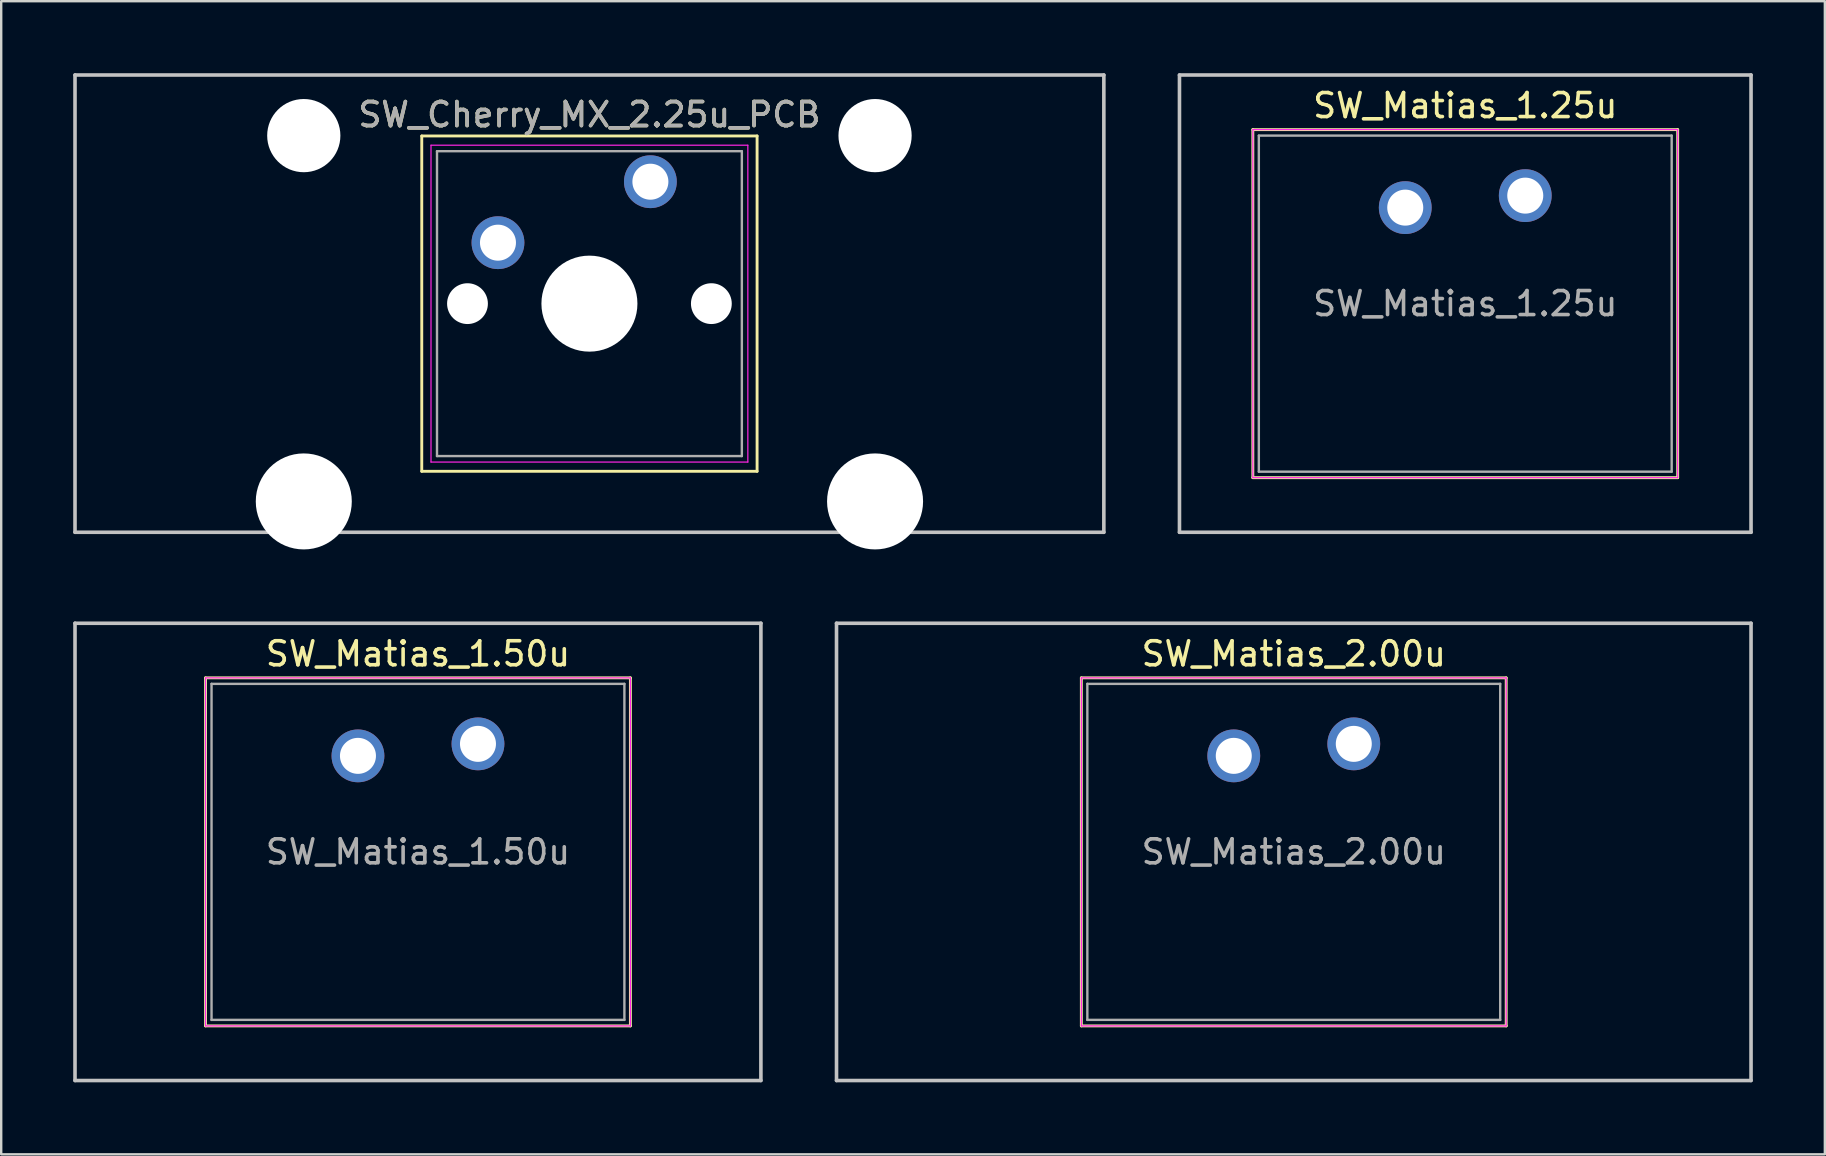
<source format=kicad_pcb>
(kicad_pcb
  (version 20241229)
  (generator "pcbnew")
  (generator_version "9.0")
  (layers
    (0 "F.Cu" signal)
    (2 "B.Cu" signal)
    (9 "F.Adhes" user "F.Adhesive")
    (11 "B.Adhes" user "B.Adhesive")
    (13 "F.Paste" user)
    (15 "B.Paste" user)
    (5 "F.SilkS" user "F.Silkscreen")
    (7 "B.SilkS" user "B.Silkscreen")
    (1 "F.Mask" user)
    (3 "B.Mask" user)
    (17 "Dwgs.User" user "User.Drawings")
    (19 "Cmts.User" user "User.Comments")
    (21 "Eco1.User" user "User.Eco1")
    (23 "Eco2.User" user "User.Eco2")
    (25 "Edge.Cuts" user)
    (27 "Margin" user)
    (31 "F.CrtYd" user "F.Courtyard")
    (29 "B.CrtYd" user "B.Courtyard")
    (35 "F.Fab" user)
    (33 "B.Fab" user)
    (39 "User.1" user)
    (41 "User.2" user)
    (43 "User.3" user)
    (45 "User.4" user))
  (footprint "SW_Matias_1.50u"
    (layer "F.Cu")
    (at 16.863 27.94)
    (property "Reference" "SW_Matias_1.50u" (at -2.5 -3.75 0) (layer "F.SilkS") (effects (font (size 1 1) (thickness 0.15))))
    (attr through_hole)
    (fp_line (start -11.35 -2.75) (end 6.35 -2.75) (stroke (width 0.12) (type solid)) (layer "F.SilkS"))
    (fp_line (start -11.35 11.75) (end -11.35 -2.75) (stroke (width 0.12) (type solid)) (layer "F.SilkS"))
    (fp_line (start 6.35 -2.75) (end 6.35 11.75) (stroke (width 0.12) (type solid)) (layer "F.SilkS"))
    (fp_line (start 6.35 11.75) (end -11.35 11.75) (stroke (width 0.12) (type solid)) (layer "F.SilkS"))
    (fp_line (start -16.788 -5.025) (end 11.787 -5.025) (stroke (width 0.15) (type solid)) (layer "Dwgs.User"))
    (fp_line (start -16.788 14.025) (end -16.788 -5.025) (stroke (width 0.15) (type solid)) (layer "Dwgs.User"))
    (fp_line (start 11.787 -5.025) (end 11.787 14.025) (stroke (width 0.15) (type solid)) (layer "Dwgs.User"))
    (fp_line (start 11.787 14.025) (end -16.788 14.025) (stroke (width 0.15) (type solid)) (layer "Dwgs.User"))
    (fp_line (start -11.35 -2.75) (end -11.35 11.75) (stroke (width 0.05) (type solid)) (layer "F.CrtYd"))
    (fp_line (start -11.35 -2.75) (end 6.35 -2.75) (stroke (width 0.05) (type solid)) (layer "F.CrtYd"))
    (fp_line (start -11.35 11.75) (end 6.35 11.75) (stroke (width 0.05) (type solid)) (layer "F.CrtYd"))
    (fp_line (start 6.35 11.75) (end 6.35 -2.75) (stroke (width 0.05) (type solid)) (layer "F.CrtYd"))
    (fp_line (start -11.1 -2.5) (end 6.1 -2.5) (stroke (width 0.1) (type solid)) (layer "F.Fab"))
    (fp_line (start -11.1 11.5) (end -11.1 -2.5) (stroke (width 0.1) (type solid)) (layer "F.Fab"))
    (fp_line (start 6.1 -2.5) (end 6.1 11.5) (stroke (width 0.1) (type solid)) (layer "F.Fab"))
    (fp_line (start 6.1 11.5) (end -11.1 11.5) (stroke (width 0.1) (type solid)) (layer "F.Fab"))
    (fp_text user "${REFERENCE}" (at -2.5 4.5 0) (layer "F.Fab") (effects (font (size 1 1) (thickness 0.15))))
    (pad "1" thru_hole circle (at 0 0) (size 2.2 2.2) (drill 1.5) (layers "*.Cu" "*.Mask"))
    (pad "2" thru_hole circle (at -5 0.5) (size 2.2 2.2) (drill 1.5) (layers "*.Cu" "*.Mask")))
  (footprint "SW_Matias_1.25u"
    (layer "F.Cu")
    (at 60.494 5.1)
    (property "Reference" "SW_Matias_1.25u" (at -2.5 -3.75 0) (layer "F.SilkS") (effects (font (size 1 1) (thickness 0.15))))
    (attr through_hole)
    (fp_line (start -11.35 -2.75) (end 6.35 -2.75) (stroke (width 0.12) (type solid)) (layer "F.SilkS"))
    (fp_line (start -11.35 11.75) (end -11.35 -2.75) (stroke (width 0.12) (type solid)) (layer "F.SilkS"))
    (fp_line (start 6.35 -2.75) (end 6.35 11.75) (stroke (width 0.12) (type solid)) (layer "F.SilkS"))
    (fp_line (start 6.35 11.75) (end -11.35 11.75) (stroke (width 0.12) (type solid)) (layer "F.SilkS"))
    (fp_line (start -14.406 -5.025) (end 9.406 -5.025) (stroke (width 0.15) (type solid)) (layer "Dwgs.User"))
    (fp_line (start -14.406 14.025) (end -14.406 -5.025) (stroke (width 0.15) (type solid)) (layer "Dwgs.User"))
    (fp_line (start 9.406 -5.025) (end 9.406 14.025) (stroke (width 0.15) (type solid)) (layer "Dwgs.User"))
    (fp_line (start 9.406 14.025) (end -14.406 14.025) (stroke (width 0.15) (type solid)) (layer "Dwgs.User"))
    (fp_line (start -11.35 -2.75) (end -11.35 11.75) (stroke (width 0.05) (type solid)) (layer "F.CrtYd"))
    (fp_line (start -11.35 -2.75) (end 6.35 -2.75) (stroke (width 0.05) (type solid)) (layer "F.CrtYd"))
    (fp_line (start -11.35 11.75) (end 6.35 11.75) (stroke (width 0.05) (type solid)) (layer "F.CrtYd"))
    (fp_line (start 6.35 11.75) (end 6.35 -2.75) (stroke (width 0.05) (type solid)) (layer "F.CrtYd"))
    (fp_line (start -11.1 -2.5) (end 6.1 -2.5) (stroke (width 0.1) (type solid)) (layer "F.Fab"))
    (fp_line (start -11.1 11.5) (end -11.1 -2.5) (stroke (width 0.1) (type solid)) (layer "F.Fab"))
    (fp_line (start 6.1 -2.5) (end 6.1 11.5) (stroke (width 0.1) (type solid)) (layer "F.Fab"))
    (fp_line (start 6.1 11.5) (end -11.1 11.5) (stroke (width 0.1) (type solid)) (layer "F.Fab"))
    (fp_text user "${REFERENCE}" (at -2.5 4.5 0) (layer "F.Fab") (effects (font (size 1 1) (thickness 0.15))))
    (pad "1" thru_hole circle (at 0 0) (size 2.2 2.2) (drill 1.5) (layers "*.Cu" "*.Mask"))
    (pad "2" thru_hole circle (at -5 0.5) (size 2.2 2.2) (drill 1.5) (layers "*.Cu" "*.Mask")))
  (footprint "SW_Cherry_MX_2.25u_PCB"
    (layer "F.Cu")
    (at 24.046 4.52)
    (property "Reference" "SW_Cherry_MX_2.25u_PCB" (at -2.54 -2.794 0) (layer "F.SilkS") (effects (font (size 1 1) (thickness 0.15))))
    (attr through_hole)
    (fp_line (start -9.525 -1.905) (end 4.445 -1.905) (stroke (width 0.12) (type solid)) (layer "F.SilkS"))
    (fp_line (start -9.525 12.065) (end -9.525 -1.905) (stroke (width 0.12) (type solid)) (layer "F.SilkS"))
    (fp_line (start 4.445 -1.905) (end 4.445 12.065) (stroke (width 0.12) (type solid)) (layer "F.SilkS"))
    (fp_line (start 4.445 12.065) (end -9.525 12.065) (stroke (width 0.12) (type solid)) (layer "F.SilkS"))
    (fp_line (start -23.971 -4.445) (end 18.891 -4.445) (stroke (width 0.15) (type solid)) (layer "Dwgs.User"))
    (fp_line (start -23.971 14.605) (end -23.971 -4.445) (stroke (width 0.15) (type solid)) (layer "Dwgs.User"))
    (fp_line (start 18.891 -4.445) (end 18.891 14.605) (stroke (width 0.15) (type solid)) (layer "Dwgs.User"))
    (fp_line (start 18.891 14.605) (end -23.971 14.605) (stroke (width 0.15) (type solid)) (layer "Dwgs.User"))
    (fp_line (start -9.14 -1.52) (end 4.06 -1.52) (stroke (width 0.05) (type solid)) (layer "F.CrtYd"))
    (fp_line (start -9.14 11.68) (end -9.14 -1.52) (stroke (width 0.05) (type solid)) (layer "F.CrtYd"))
    (fp_line (start 4.06 -1.52) (end 4.06 11.68) (stroke (width 0.05) (type solid)) (layer "F.CrtYd"))
    (fp_line (start 4.06 11.68) (end -9.14 11.68) (stroke (width 0.05) (type solid)) (layer "F.CrtYd"))
    (fp_line (start -8.89 -1.27) (end 3.81 -1.27) (stroke (width 0.1) (type solid)) (layer "F.Fab"))
    (fp_line (start -8.89 11.43) (end -8.89 -1.27) (stroke (width 0.1) (type solid)) (layer "F.Fab"))
    (fp_line (start 3.81 -1.27) (end 3.81 11.43) (stroke (width 0.1) (type solid)) (layer "F.Fab"))
    (fp_line (start 3.81 11.43) (end -8.89 11.43) (stroke (width 0.1) (type solid)) (layer "F.Fab"))
    (fp_text user "${REFERENCE}" (at -2.54 -2.794 0) (layer "F.Fab") (effects (font (size 1 1) (thickness 0.15))))
    (pad "" np_thru_hole circle (at -14.44 -1.92) (size 3.05 3.05) (drill 3.05) (layers "*.Cu" "*.Mask"))
    (pad "" np_thru_hole circle (at -14.44 13.32) (size 4 4) (drill 4) (layers "*.Cu" "*.Mask"))
    (pad "" np_thru_hole circle (at -7.62 5.08) (size 1.7 1.7) (drill 1.7) (layers "*.Cu" "*.Mask"))
    (pad "" np_thru_hole circle (at -2.54 5.08) (size 4 4) (drill 4) (layers "*.Cu" "*.Mask"))
    (pad "" np_thru_hole circle (at 2.54 5.08) (size 1.7 1.7) (drill 1.7) (layers "*.Cu" "*.Mask"))
    (pad "" np_thru_hole circle (at 9.36 -1.92) (size 3.05 3.05) (drill 3.05) (layers "*.Cu" "*.Mask"))
    (pad "" np_thru_hole circle (at 9.36 13.32) (size 4 4) (drill 4) (layers "*.Cu" "*.Mask"))
    (pad "1" thru_hole circle (at 0 0) (size 2.2 2.2) (drill 1.5) (layers "*.Cu" "*.Mask"))
    (pad "2" thru_hole circle (at -6.35 2.54) (size 2.2 2.2) (drill 1.5) (layers "*.Cu" "*.Mask")))
  (footprint "SW_Matias_2.00u"
    (layer "F.Cu")
    (at 53.35 27.94)
    (property "Reference" "SW_Matias_2.00u" (at -2.5 -3.75 0) (layer "F.SilkS") (effects (font (size 1 1) (thickness 0.15))))
    (attr through_hole)
    (fp_line (start -11.35 -2.75) (end 6.35 -2.75) (stroke (width 0.12) (type solid)) (layer "F.SilkS"))
    (fp_line (start -11.35 11.75) (end -11.35 -2.75) (stroke (width 0.12) (type solid)) (layer "F.SilkS"))
    (fp_line (start 6.35 -2.75) (end 6.35 11.75) (stroke (width 0.12) (type solid)) (layer "F.SilkS"))
    (fp_line (start 6.35 11.75) (end -11.35 11.75) (stroke (width 0.12) (type solid)) (layer "F.SilkS"))
    (fp_line (start -21.55 -5.025) (end 16.55 -5.025) (stroke (width 0.15) (type solid)) (layer "Dwgs.User"))
    (fp_line (start -21.55 14.025) (end -21.55 -5.025) (stroke (width 0.15) (type solid)) (layer "Dwgs.User"))
    (fp_line (start 16.55 -5.025) (end 16.55 14.025) (stroke (width 0.15) (type solid)) (layer "Dwgs.User"))
    (fp_line (start 16.55 14.025) (end -21.55 14.025) (stroke (width 0.15) (type solid)) (layer "Dwgs.User"))
    (fp_line (start -11.35 -2.75) (end -11.35 11.75) (stroke (width 0.05) (type solid)) (layer "F.CrtYd"))
    (fp_line (start -11.35 -2.75) (end 6.35 -2.75) (stroke (width 0.05) (type solid)) (layer "F.CrtYd"))
    (fp_line (start -11.35 11.75) (end 6.35 11.75) (stroke (width 0.05) (type solid)) (layer "F.CrtYd"))
    (fp_line (start 6.35 11.75) (end 6.35 -2.75) (stroke (width 0.05) (type solid)) (layer "F.CrtYd"))
    (fp_line (start -11.1 -2.5) (end 6.1 -2.5) (stroke (width 0.1) (type solid)) (layer "F.Fab"))
    (fp_line (start -11.1 11.5) (end -11.1 -2.5) (stroke (width 0.1) (type solid)) (layer "F.Fab"))
    (fp_line (start 6.1 -2.5) (end 6.1 11.5) (stroke (width 0.1) (type solid)) (layer "F.Fab"))
    (fp_line (start 6.1 11.5) (end -11.1 11.5) (stroke (width 0.1) (type solid)) (layer "F.Fab"))
    (fp_text user "${REFERENCE}" (at -2.5 4.5 0) (layer "F.Fab") (effects (font (size 1 1) (thickness 0.15))))
    (pad "1" thru_hole circle (at 0 0) (size 2.2 2.2) (drill 1.5) (layers "*.Cu" "*.Mask"))
    (pad "2" thru_hole circle (at -5 0.5) (size 2.2 2.2) (drill 1.5) (layers "*.Cu" "*.Mask")))
  (gr_rect
    (start -3 -3)
    (end 72.975 45.04)
    (stroke (width 0.1) (type default))
    (fill no)
    (layer "Edge.Cuts")))
</source>
